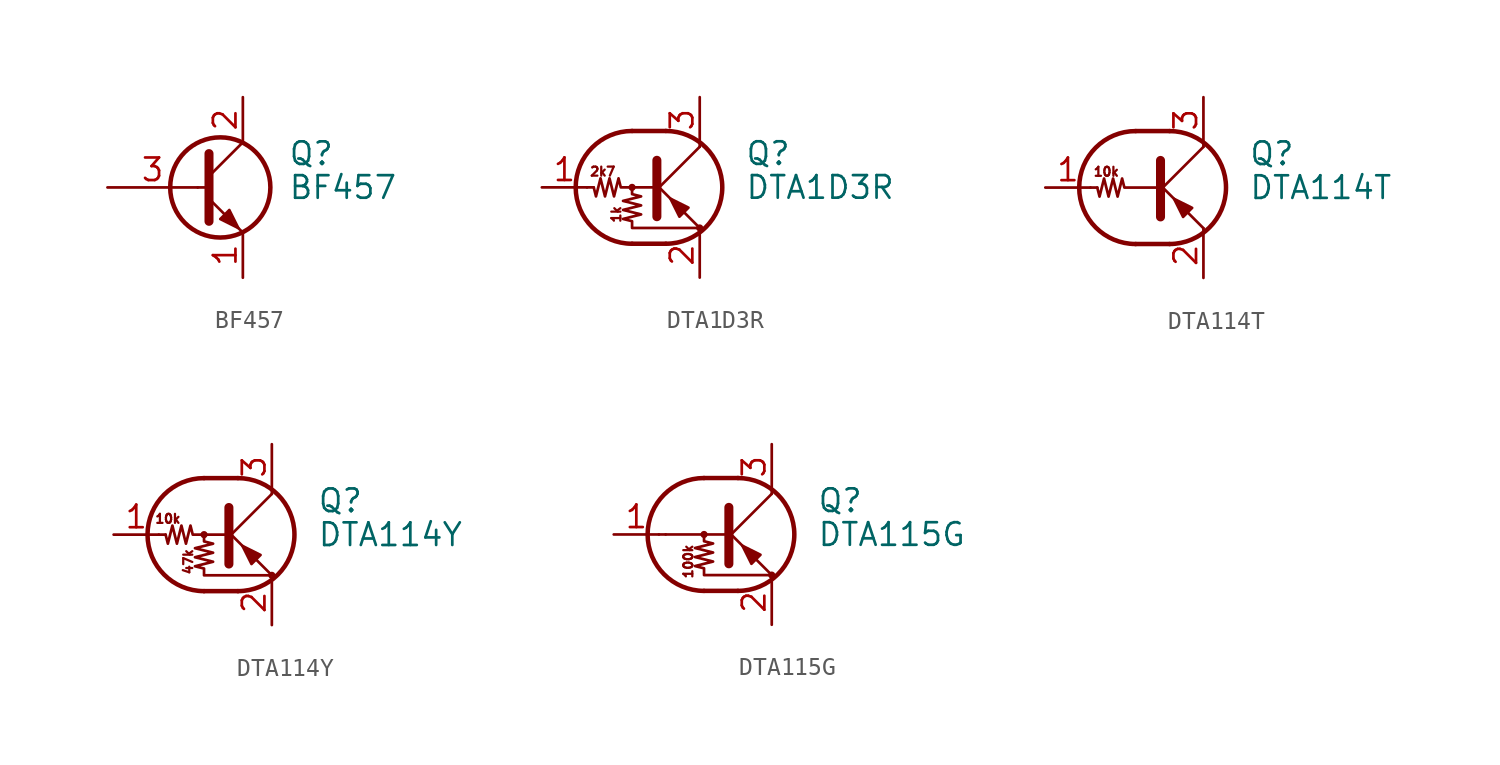
<source format=kicad_sym>
(kicad_symbol_lib
  (version 20211014)
  (generator kicad_symbol_editor)
  (symbol "BF457"
    (pin_names
      (offset 0) hide)
    (property "Reference" "Q"
      (at 5.08 1.905 0)
      (effects (font (size 1.27 1.27)) (justify left)))
    (property "Value" "BF457"
      (at 5.08 0 0)
      (effects (font (size 1.27 1.27)) (justify left)))
    (symbol "BF457_0_1"
      (polyline (pts (xy 0 0) (xy 0.635 0)) (stroke (width 0) (type default) (color 0 0 0 0)) (fill (type none)))
      (polyline (pts (xy 0.635 0.635) (xy 2.54 2.54)) (stroke (width 0) (type default) (color 0 0 0 0)) (fill (type none)))
      (polyline (pts (xy 0.635 -0.635) (xy 2.54 -2.54) (xy 2.54 -2.54)) (stroke (width 0) (type default) (color 0 0 0 0)) (fill (type none)))
      (polyline (pts (xy 0.635 1.905) (xy 0.635 -1.905) (xy 0.635 -1.905)) (stroke (width 0.508) (type default) (color 0 0 0 0)) (fill (type none)))
      (polyline (pts (xy 1.27 -1.778) (xy 1.778 -1.27) (xy 2.286 -2.286) (xy 1.27 -1.778) (xy 1.27 -1.778)) (stroke (width 0) (type default) (color 0 0 0 0)) (fill (type outline)))
      (circle (center 1.27 0) (radius 2.819) (stroke (width 0.254) (type default) (color 0 0 0 0)) (fill (type none))))
    (symbol "BF457_1_1"
      (pin passive line (at 2.54 -5.08 90) (length 2.54) (name "E" (effects (font (size 1.27 1.27)))) (number "1" (effects (font (size 1.27 1.27)))))
      (pin passive line (at 2.54 5.08 270) (length 2.54) (name "C" (effects (font (size 1.27 1.27)))) (number "2" (effects (font (size 1.27 1.27)))))
      (pin input line (at -5.08 0 0) (length 5.08) (name "B" (effects (font (size 1.27 1.27)))) (number "3" (effects (font (size 1.27 1.27)))))))
  (symbol "DTA1D3R"
    (pin_names
      (offset 0) hide)
    (property "Reference" "Q"
      (at 5.08 1.905 0)
      (effects (font (size 1.27 1.27)) (justify left)))
    (property "Value" "DTA1D3R"
      (at 5.08 0 0)
      (effects (font (size 1.27 1.27)) (justify left)))
    (symbol "DTA1D3R_0_0"
      (text "1k" (at -2.159 -1.524 900) (effects (font (size 0.508 0.508))))
      (text "2k7" (at -2.921 0.889 0) (effects (font (size 0.508 0.508)))))
    (symbol "DTA1D3R_0_1"
      (circle (center -1.27 0) (radius 0.127) (stroke (width 0) (type default) (color 0 0 0 0)) (fill (type none)))
      (arc (start -1.27 3.175) (mid -4.445 0) (end -1.27 -3.175) (stroke (width 0.254) (type default) (color 0 0 0 0)) (fill (type none)))
      (polyline (pts (xy -3.429 0) (xy -3.81 0)) (stroke (width 0) (type default) (color 0 0 0 0)) (fill (type none)))
      (polyline (pts (xy -1.27 -3.175) (xy 0.635 -3.175)) (stroke (width 0.254) (type default) (color 0 0 0 0)) (fill (type none)))
      (polyline (pts (xy -1.27 3.175) (xy 0.635 3.175)) (stroke (width 0.254) (type default) (color 0 0 0 0)) (fill (type none)))
      (polyline (pts (xy 0 -0.254) (xy 2.54 2.286)) (stroke (width 0) (type default) (color 0 0 0 0)) (fill (type none)))
      (polyline (pts (xy 0.127 1.524) (xy 0.127 -1.651)) (stroke (width 0.508) (type default) (color 0 0 0 0)) (fill (type outline)))
      (polyline (pts (xy 2.54 2.286) (xy 2.54 2.54)) (stroke (width 0) (type default) (color 0 0 0 0)) (fill (type none)))
      (polyline (pts (xy 2.54 -2.286) (xy 0 0.254) (xy 0 0.254)) (stroke (width 0) (type default) (color 0 0 0 0)) (fill (type none)))
      (polyline (pts (xy 1.397 -1.651) (xy 1.905 -1.143) (xy 0.889 -0.635) (xy 1.397 -1.651)) (stroke (width 0) (type default) (color 0 0 0 0)) (fill (type outline)))
      (polyline (pts (xy 0 0) (xy -1.905 0) (xy -2.032 0.508) (xy -2.286 -0.508) (xy -2.54 0.508) (xy -2.794 -0.508) (xy -3.048 0.508) (xy -3.302 -0.508) (xy -3.429 0)) (stroke (width 0) (type default) (color 0 0 0 0)) (fill (type none)))
      (polyline (pts (xy -1.27 0) (xy -1.27 -0.381) (xy -0.762 -0.508) (xy -1.778 -0.762) (xy -0.762 -1.016) (xy -1.778 -1.27) (xy -0.762 -1.524) (xy -1.778 -1.778) (xy -1.27 -1.905) (xy -1.27 -2.286) (xy 2.54 -2.286)) (stroke (width 0) (type default) (color 0 0 0 0)) (fill (type none)))
      (arc (start 0.635 -3.175) (mid 3.81 0) (end 0.635 3.175) (stroke (width 0.254) (type default) (color 0 0 0 0)) (fill (type none)))
      (circle (center 2.54 -2.286) (radius 0.127) (stroke (width 0) (type default) (color 0 0 0 0)) (fill (type none))))
    (symbol "DTA1D3R_1_1"
      (pin input line (at -6.35 0 0) (length 2.54) (name "B" (effects (font (size 1.27 1.27)))) (number "1" (effects (font (size 1.27 1.27)))))
      (pin passive line (at 2.54 -5.08 90) (length 2.54) (name "E" (effects (font (size 1.27 1.27)))) (number "2" (effects (font (size 1.27 1.27)))))
      (pin passive line (at 2.54 5.08 270) (length 2.54) (name "C" (effects (font (size 1.27 1.27)))) (number "3" (effects (font (size 1.27 1.27)))))))
  (symbol "DTA114T"
    (pin_names
      (offset 0) hide)
    (property "Reference" "Q"
      (at 5.08 1.905 0)
      (effects (font (size 1.27 1.27)) (justify left)))
    (property "Value" "DTA114T"
      (at 5.08 0 0)
      (effects (font (size 1.27 1.27)) (justify left)))
    (symbol "DTA114T_0_0"
      (polyline (pts (xy 2.54 -2.286) (xy 2.54 -2.54)) (stroke (width 0) (type default) (color 0 0 0 0)) (fill (type none)))
      (text "10k" (at -2.921 0.889 0) (effects (font (size 0.508 0.508)))))
    (symbol "DTA114T_0_1"
      (arc (start -1.27 3.175) (mid -4.445 0) (end -1.27 -3.175) (stroke (width 0.254) (type default) (color 0 0 0 0)) (fill (type none)))
      (polyline (pts (xy -3.429 0) (xy -3.81 0)) (stroke (width 0) (type default) (color 0 0 0 0)) (fill (type none)))
      (polyline (pts (xy -1.27 -3.175) (xy 0.635 -3.175)) (stroke (width 0.254) (type default) (color 0 0 0 0)) (fill (type none)))
      (polyline (pts (xy -1.27 3.175) (xy 0.635 3.175)) (stroke (width 0.254) (type default) (color 0 0 0 0)) (fill (type none)))
      (polyline (pts (xy 0 -0.254) (xy 2.54 2.286)) (stroke (width 0) (type default) (color 0 0 0 0)) (fill (type none)))
      (polyline (pts (xy 0.127 1.524) (xy 0.127 -1.651)) (stroke (width 0.508) (type default) (color 0 0 0 0)) (fill (type outline)))
      (polyline (pts (xy 2.54 2.286) (xy 2.54 2.54)) (stroke (width 0) (type default) (color 0 0 0 0)) (fill (type none)))
      (polyline (pts (xy 2.54 -2.286) (xy 0 0.254) (xy 0 0.254)) (stroke (width 0) (type default) (color 0 0 0 0)) (fill (type none)))
      (polyline (pts (xy 1.397 -1.651) (xy 1.905 -1.143) (xy 0.889 -0.635) (xy 1.397 -1.651)) (stroke (width 0) (type default) (color 0 0 0 0)) (fill (type outline)))
      (polyline (pts (xy 0 0) (xy -1.905 0) (xy -2.032 0.508) (xy -2.286 -0.508) (xy -2.54 0.508) (xy -2.794 -0.508) (xy -3.048 0.508) (xy -3.302 -0.508) (xy -3.429 0)) (stroke (width 0) (type default) (color 0 0 0 0)) (fill (type none)))
      (arc (start 0.635 -3.175) (mid 3.81 0) (end 0.635 3.175) (stroke (width 0.254) (type default) (color 0 0 0 0)) (fill (type none))))
    (symbol "DTA114T_1_1"
      (pin input line (at -6.35 0 0) (length 2.54) (name "B" (effects (font (size 1.27 1.27)))) (number "1" (effects (font (size 1.27 1.27)))))
      (pin passive line (at 2.54 -5.08 90) (length 2.54) (name "E" (effects (font (size 1.27 1.27)))) (number "2" (effects (font (size 1.27 1.27)))))
      (pin passive line (at 2.54 5.08 270) (length 2.54) (name "C" (effects (font (size 1.27 1.27)))) (number "3" (effects (font (size 1.27 1.27)))))))
  (symbol "DTA114Y"
    (pin_names
      (offset 0) hide)
    (property "Reference" "Q"
      (at 5.08 1.905 0)
      (effects (font (size 1.27 1.27)) (justify left)))
    (property "Value" "DTA114Y"
      (at 5.08 0 0)
      (effects (font (size 1.27 1.27)) (justify left)))
    (symbol "DTA114Y_0_0"
      (text "10k" (at -3.302 0.889 0) (effects (font (size 0.508 0.508))))
      (text "47k" (at -2.159 -1.524 900) (effects (font (size 0.508 0.508)))))
    (symbol "DTA114Y_0_1"
      (circle (center -1.27 0) (radius 0.127) (stroke (width 0) (type default) (color 0 0 0 0)) (fill (type none)))
      (arc (start -1.27 3.175) (mid -4.445 0) (end -1.27 -3.175) (stroke (width 0.254) (type default) (color 0 0 0 0)) (fill (type none)))
      (polyline (pts (xy -3.429 0) (xy -3.81 0)) (stroke (width 0) (type default) (color 0 0 0 0)) (fill (type none)))
      (polyline (pts (xy -1.27 -3.175) (xy 0.635 -3.175)) (stroke (width 0.254) (type default) (color 0 0 0 0)) (fill (type none)))
      (polyline (pts (xy -1.27 3.175) (xy 0.635 3.175)) (stroke (width 0.254) (type default) (color 0 0 0 0)) (fill (type none)))
      (polyline (pts (xy 0 -0.254) (xy 2.54 2.286)) (stroke (width 0) (type default) (color 0 0 0 0)) (fill (type none)))
      (polyline (pts (xy 0.127 1.524) (xy 0.127 -1.651)) (stroke (width 0.508) (type default) (color 0 0 0 0)) (fill (type outline)))
      (polyline (pts (xy 2.54 2.286) (xy 2.54 2.54)) (stroke (width 0) (type default) (color 0 0 0 0)) (fill (type none)))
      (polyline (pts (xy 2.54 -2.286) (xy 0 0.254) (xy 0 0.254)) (stroke (width 0) (type default) (color 0 0 0 0)) (fill (type none)))
      (polyline (pts (xy 1.397 -1.651) (xy 1.905 -1.143) (xy 0.889 -0.635) (xy 1.397 -1.651)) (stroke (width 0) (type default) (color 0 0 0 0)) (fill (type outline)))
      (polyline (pts (xy 0 0) (xy -1.905 0) (xy -2.032 0.508) (xy -2.286 -0.508) (xy -2.54 0.508) (xy -2.794 -0.508) (xy -3.048 0.508) (xy -3.302 -0.508) (xy -3.429 0)) (stroke (width 0) (type default) (color 0 0 0 0)) (fill (type none)))
      (polyline (pts (xy -1.27 0) (xy -1.27 -0.381) (xy -0.762 -0.508) (xy -1.778 -0.762) (xy -0.762 -1.016) (xy -1.778 -1.27) (xy -0.762 -1.524) (xy -1.778 -1.778) (xy -1.27 -1.905) (xy -1.27 -2.286) (xy 2.54 -2.286)) (stroke (width 0) (type default) (color 0 0 0 0)) (fill (type none)))
      (arc (start 0.635 -3.175) (mid 3.81 0) (end 0.635 3.175) (stroke (width 0.254) (type default) (color 0 0 0 0)) (fill (type none)))
      (circle (center 2.54 -2.286) (radius 0.127) (stroke (width 0) (type default) (color 0 0 0 0)) (fill (type none))))
    (symbol "DTA114Y_1_1"
      (pin input line (at -6.35 0 0) (length 2.54) (name "B" (effects (font (size 1.27 1.27)))) (number "1" (effects (font (size 1.27 1.27)))))
      (pin passive line (at 2.54 -5.08 90) (length 2.54) (name "E" (effects (font (size 1.27 1.27)))) (number "2" (effects (font (size 1.27 1.27)))))
      (pin passive line (at 2.54 5.08 270) (length 2.54) (name "C" (effects (font (size 1.27 1.27)))) (number "3" (effects (font (size 1.27 1.27)))))))
  (symbol "DTA115G"
    (pin_names
      (offset 0) hide)
    (property "Reference" "Q"
      (at 5.08 1.905 0)
      (effects (font (size 1.27 1.27)) (justify left)))
    (property "Value" "DTA115G"
      (at 5.08 0 0)
      (effects (font (size 1.27 1.27)) (justify left)))
    (symbol "DTA115G_0_0"
      (polyline (pts (xy -3.429 0) (xy 0 0)) (stroke (width 0) (type default) (color 0 0 0 0)) (fill (type none)))
      (text "100k" (at -2.159 -1.524 900) (effects (font (size 0.508 0.508)))))
    (symbol "DTA115G_0_1"
      (circle (center -1.27 0) (radius 0.127) (stroke (width 0) (type default) (color 0 0 0 0)) (fill (type none)))
      (arc (start -1.27 3.175) (mid -4.445 0) (end -1.27 -3.175) (stroke (width 0.254) (type default) (color 0 0 0 0)) (fill (type none)))
      (polyline (pts (xy -3.429 0) (xy -3.81 0)) (stroke (width 0) (type default) (color 0 0 0 0)) (fill (type none)))
      (polyline (pts (xy -1.27 -3.175) (xy 0.635 -3.175)) (stroke (width 0.254) (type default) (color 0 0 0 0)) (fill (type none)))
      (polyline (pts (xy -1.27 3.175) (xy 0.635 3.175)) (stroke (width 0.254) (type default) (color 0 0 0 0)) (fill (type none)))
      (polyline (pts (xy 0 -0.254) (xy 2.54 2.286)) (stroke (width 0) (type default) (color 0 0 0 0)) (fill (type none)))
      (polyline (pts (xy 0.127 1.524) (xy 0.127 -1.651)) (stroke (width 0.508) (type default) (color 0 0 0 0)) (fill (type outline)))
      (polyline (pts (xy 2.54 2.286) (xy 2.54 2.54)) (stroke (width 0) (type default) (color 0 0 0 0)) (fill (type none)))
      (polyline (pts (xy 2.54 -2.286) (xy 0 0.254) (xy 0 0.254)) (stroke (width 0) (type default) (color 0 0 0 0)) (fill (type none)))
      (polyline (pts (xy 1.397 -1.651) (xy 1.905 -1.143) (xy 0.889 -0.635) (xy 1.397 -1.651)) (stroke (width 0) (type default) (color 0 0 0 0)) (fill (type outline)))
      (polyline (pts (xy -1.27 0) (xy -1.27 -0.381) (xy -0.762 -0.508) (xy -1.778 -0.762) (xy -0.762 -1.016) (xy -1.778 -1.27) (xy -0.762 -1.524) (xy -1.778 -1.778) (xy -1.27 -1.905) (xy -1.27 -2.286) (xy 2.54 -2.286)) (stroke (width 0) (type default) (color 0 0 0 0)) (fill (type none)))
      (arc (start 0.635 -3.175) (mid 3.81 0) (end 0.635 3.175) (stroke (width 0.254) (type default) (color 0 0 0 0)) (fill (type none)))
      (circle (center 2.54 -2.286) (radius 0.127) (stroke (width 0) (type default) (color 0 0 0 0)) (fill (type none))))
    (symbol "DTA115G_1_1"
      (pin input line (at -6.35 0 0) (length 2.54) (name "B" (effects (font (size 1.27 1.27)))) (number "1" (effects (font (size 1.27 1.27)))))
      (pin passive line (at 2.54 -5.08 90) (length 2.54) (name "E" (effects (font (size 1.27 1.27)))) (number "2" (effects (font (size 1.27 1.27)))))
      (pin passive line (at 2.54 5.08 270) (length 2.54) (name "C" (effects (font (size 1.27 1.27)))) (number "3" (effects (font (size 1.27 1.27))))))))
</source>
